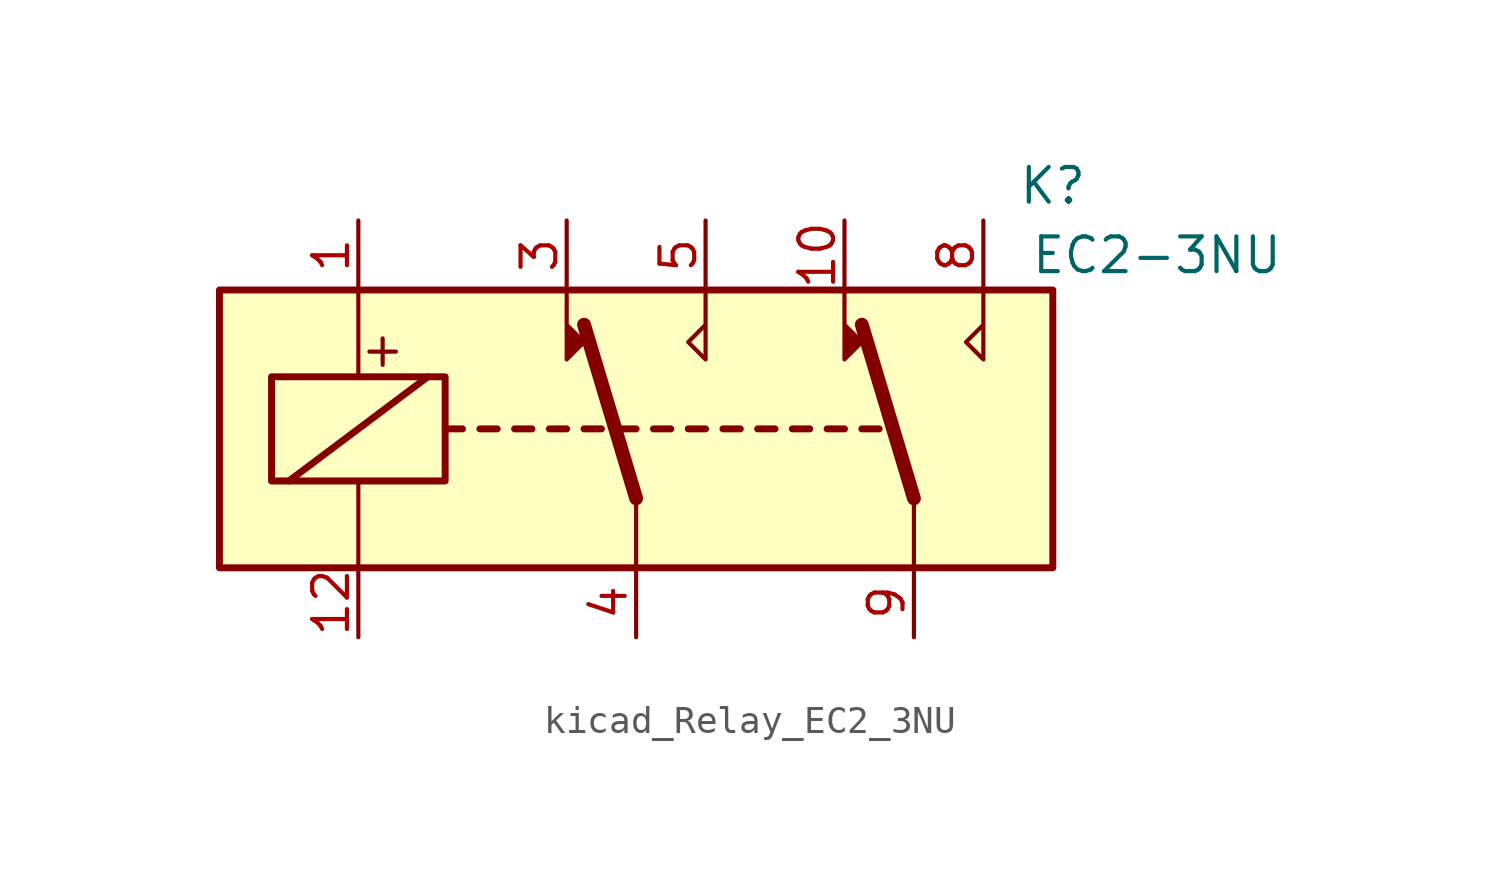
<source format=kicad_sym>
(kicad_symbol_lib
  (version 20220914)
  (generator kicad_symbol_editor)
  (symbol "kicad_Relay_EC2_3NU"
    (property "Reference" "K"
      (at 15.24 8.89 0)
      (effects (font (size 1.27 1.27))))
    (property "Value" "EC2-3NU"
      (at 19.05 6.35 0)
      (effects (font (size 1.27 1.27))))
    (symbol "kicad_Relay_EC2_3NU_1_1"
      (rectangle (start -15.24 5.08) (end 15.24 -5.08) (stroke (width 0.254) (type default)) (fill (type background)))
      (rectangle (start -13.335 1.905) (end -6.985 -1.905) (stroke (width 0.254) (type default)) (fill (type none)))
      (polyline (pts (xy -12.7 -1.905) (xy -7.62 1.905)) (stroke (width 0.254) (type default)) (fill (type none)))
      (polyline (pts (xy -10.16 -5.08) (xy -10.16 -1.905)) (stroke (width 0) (type default)) (fill (type none)))
      (polyline (pts (xy -10.16 5.08) (xy -10.16 1.905)) (stroke (width 0) (type default)) (fill (type none)))
      (polyline (pts (xy -6.985 0) (xy -6.35 0)) (stroke (width 0.254) (type default)) (fill (type none)))
      (polyline (pts (xy -5.715 0) (xy -5.08 0)) (stroke (width 0.254) (type default)) (fill (type none)))
      (polyline (pts (xy -4.445 0) (xy -3.81 0)) (stroke (width 0.254) (type default)) (fill (type none)))
      (polyline (pts (xy -3.175 0) (xy -2.54 0)) (stroke (width 0.254) (type default)) (fill (type none)))
      (polyline (pts (xy -1.905 0) (xy -1.27 0)) (stroke (width 0.254) (type default)) (fill (type none)))
      (polyline (pts (xy -0.635 0) (xy 0 0)) (stroke (width 0.254) (type default)) (fill (type none)))
      (polyline (pts (xy 0 -2.54) (xy -1.905 3.81)) (stroke (width 0.508) (type default)) (fill (type none)))
      (polyline (pts (xy 0 -2.54) (xy 0 -5.08)) (stroke (width 0) (type default)) (fill (type none)))
      (polyline (pts (xy 0.635 0) (xy 1.27 0)) (stroke (width 0.254) (type default)) (fill (type none)))
      (polyline (pts (xy 1.905 0) (xy 2.54 0)) (stroke (width 0.254) (type default)) (fill (type none)))
      (polyline (pts (xy 3.175 0) (xy 3.81 0)) (stroke (width 0.254) (type default)) (fill (type none)))
      (polyline (pts (xy 4.445 0) (xy 5.08 0)) (stroke (width 0.254) (type default)) (fill (type none)))
      (polyline (pts (xy 5.715 0) (xy 6.35 0)) (stroke (width 0.254) (type default)) (fill (type none)))
      (polyline (pts (xy 6.985 0) (xy 7.62 0)) (stroke (width 0.254) (type default)) (fill (type none)))
      (polyline (pts (xy 8.255 0) (xy 8.89 0)) (stroke (width 0.254) (type default)) (fill (type none)))
      (polyline (pts (xy 10.16 -2.54) (xy 8.255 3.81)) (stroke (width 0.508) (type default)) (fill (type none)))
      (polyline (pts (xy 10.16 -2.54) (xy 10.16 -5.08)) (stroke (width 0) (type default)) (fill (type none)))
      (polyline (pts (xy -2.54 5.08) (xy -2.54 2.54) (xy -1.905 3.175) (xy -2.54 3.81)) (stroke (width 0) (type default)) (fill (type outline)))
      (polyline (pts (xy 2.54 5.08) (xy 2.54 2.54) (xy 1.905 3.175) (xy 2.54 3.81)) (stroke (width 0) (type default)) (fill (type none)))
      (polyline (pts (xy 7.62 5.08) (xy 7.62 2.54) (xy 8.255 3.175) (xy 7.62 3.81)) (stroke (width 0) (type default)) (fill (type outline)))
      (polyline (pts (xy 12.7 5.08) (xy 12.7 2.54) (xy 12.065 3.175) (xy 12.7 3.81)) (stroke (width 0) (type default)) (fill (type none)))
      (text "+" (at -9.271 2.921 0) (effects (font (size 1.27 1.27))))
      (pin passive line (at -10.16 7.62 270) (length 2.54) (name "~" (effects (font (size 1.27 1.27)))) (number "1" (effects (font (size 1.27 1.27)))))
      (pin passive line (at 7.62 7.62 270) (length 2.54) (name "~" (effects (font (size 1.27 1.27)))) (number "10" (effects (font (size 1.27 1.27)))))
      (pin passive line (at -10.16 -7.62 90) (length 2.54) (name "~" (effects (font (size 1.27 1.27)))) (number "12" (effects (font (size 1.27 1.27)))))
      (pin passive line (at -2.54 7.62 270) (length 2.54) (name "~" (effects (font (size 1.27 1.27)))) (number "3" (effects (font (size 1.27 1.27)))))
      (pin passive line (at 0 -7.62 90) (length 2.54) (name "~" (effects (font (size 1.27 1.27)))) (number "4" (effects (font (size 1.27 1.27)))))
      (pin passive line (at 2.54 7.62 270) (length 2.54) (name "~" (effects (font (size 1.27 1.27)))) (number "5" (effects (font (size 1.27 1.27)))))
      (pin passive line (at 12.7 7.62 270) (length 2.54) (name "~" (effects (font (size 1.27 1.27)))) (number "8" (effects (font (size 1.27 1.27)))))
      (pin passive line (at 10.16 -7.62 90) (length 2.54) (name "~" (effects (font (size 1.27 1.27)))) (number "9" (effects (font (size 1.27 1.27))))))))
</source>
